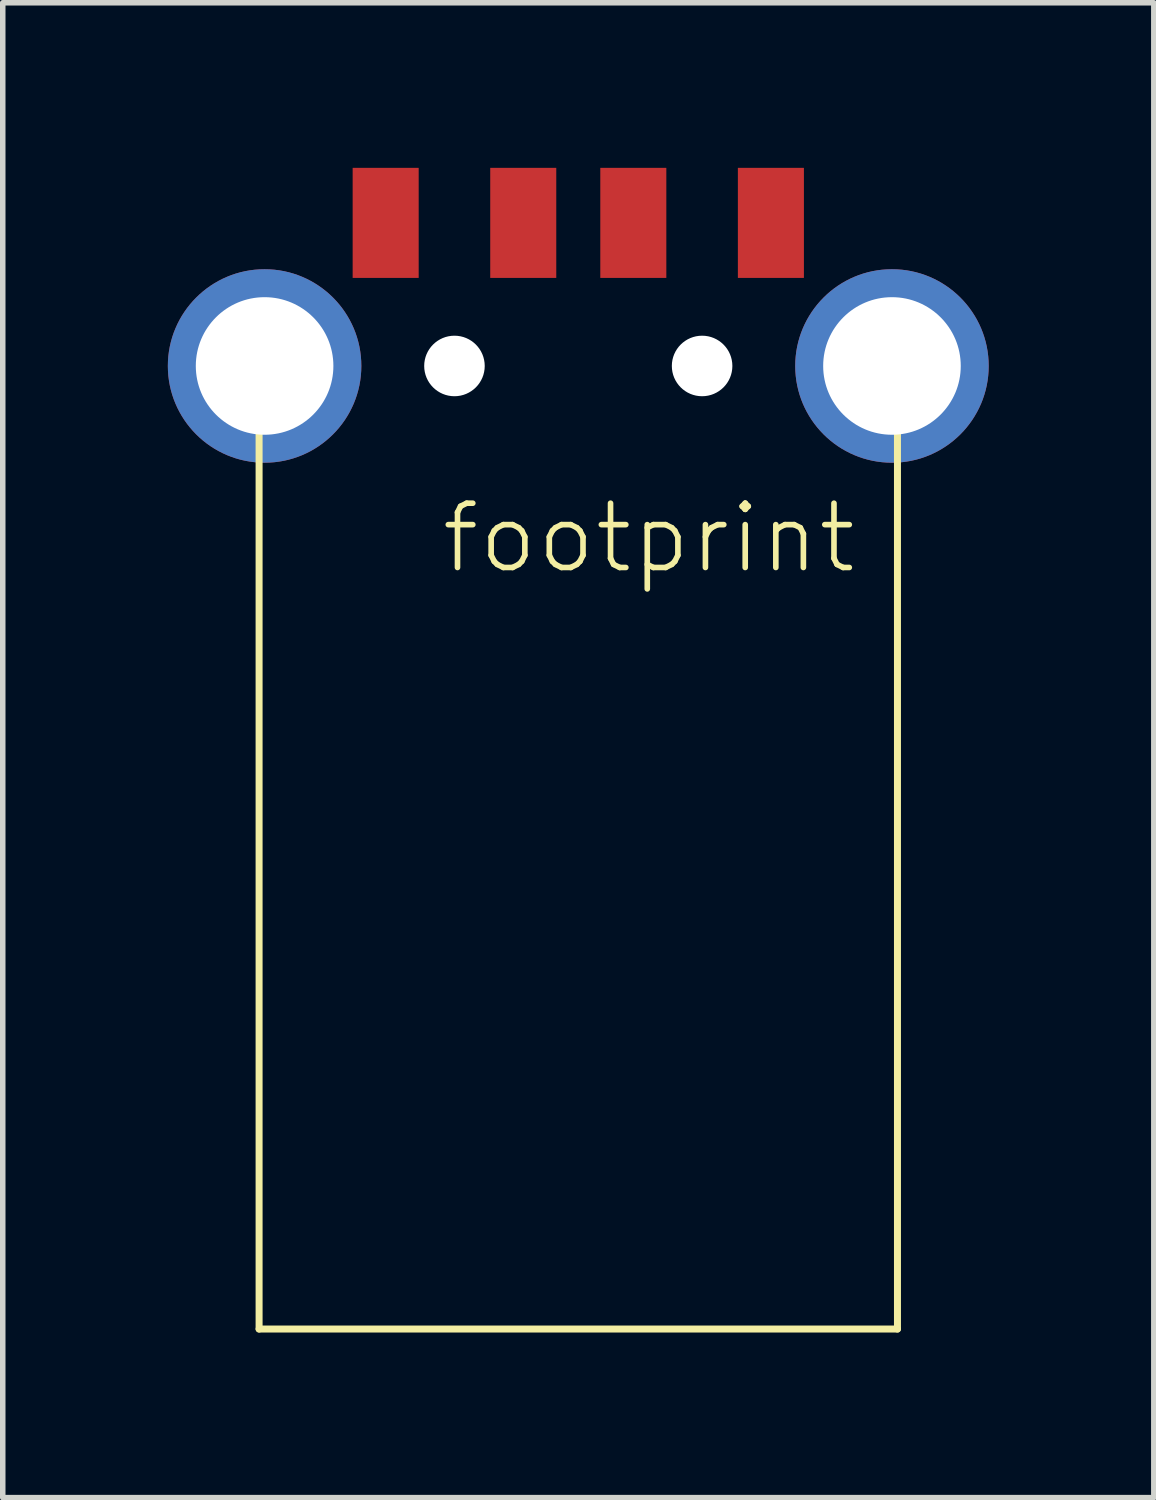
<source format=kicad_pcb>
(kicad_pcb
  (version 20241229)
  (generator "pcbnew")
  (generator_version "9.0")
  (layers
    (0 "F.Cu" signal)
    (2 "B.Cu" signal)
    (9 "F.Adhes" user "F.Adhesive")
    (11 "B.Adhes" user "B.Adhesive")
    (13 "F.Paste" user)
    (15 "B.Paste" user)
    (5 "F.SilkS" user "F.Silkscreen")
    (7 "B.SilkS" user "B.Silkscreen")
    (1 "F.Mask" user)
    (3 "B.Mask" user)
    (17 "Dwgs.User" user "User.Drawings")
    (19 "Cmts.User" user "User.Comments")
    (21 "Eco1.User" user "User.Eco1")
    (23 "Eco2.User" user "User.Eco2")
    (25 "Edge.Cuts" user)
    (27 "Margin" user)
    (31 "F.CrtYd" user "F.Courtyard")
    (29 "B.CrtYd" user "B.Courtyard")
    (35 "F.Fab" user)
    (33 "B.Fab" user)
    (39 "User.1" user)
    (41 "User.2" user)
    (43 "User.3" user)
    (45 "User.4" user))
  (footprint "footprint"
    (layer "F.Cu")
    (at 7.458 3.6)
    (property "Reference" "footprint" (at -2.54 3.81 0) (layer "F.SilkS") (effects (font (size 1.168 1.168) (thickness 0.102)) (justify left bottom)))
    (fp_line (start -5.8 17.5) (end -5.8 0) (stroke (width 0.127) (type solid)) (layer "F.SilkS"))
    (fp_line (start 5.8 0) (end 5.8 17.5) (stroke (width 0.127) (type solid)) (layer "F.SilkS"))
    (fp_line (start 5.8 17.5) (end -5.8 17.5) (stroke (width 0.127) (type solid)) (layer "F.SilkS"))
    (pad "" np_thru_hole circle (at -2.25 0) (size 1.1 1.1) (drill 1.1) (layers "*.Cu" "*.Mask"))
    (pad "" np_thru_hole circle (at 2.25 0) (size 1.1 1.1) (drill 1.1) (layers "*.Cu" "*.Mask"))
    (pad "1" smd rect (at 3.5 -2.6) (size 1.2 2) (layers "F.Cu" "F.Mask" "F.Paste"))
    (pad "2" smd rect (at 1 -2.6) (size 1.2 2) (layers "F.Cu" "F.Mask" "F.Paste"))
    (pad "3" smd rect (at -1 -2.6) (size 1.2 2) (layers "F.Cu" "F.Mask" "F.Paste"))
    (pad "4" smd rect (at -3.5 -2.6) (size 1.2 2) (layers "F.Cu" "F.Mask" "F.Paste"))
    (pad "M1" thru_hole circle (at -5.7 0 90) (size 3.516 3.516) (drill 2.5) (layers "*.Cu" "*.Mask"))
    (pad "M2" thru_hole circle (at 5.7 0 90) (size 3.516 3.516) (drill 2.5) (layers "*.Cu" "*.Mask")))
  (gr_rect
    (start -3 -3)
    (end 17.916 24.163)
    (stroke (width 0.1) (type default))
    (fill no)
    (layer "Edge.Cuts")))
</source>
